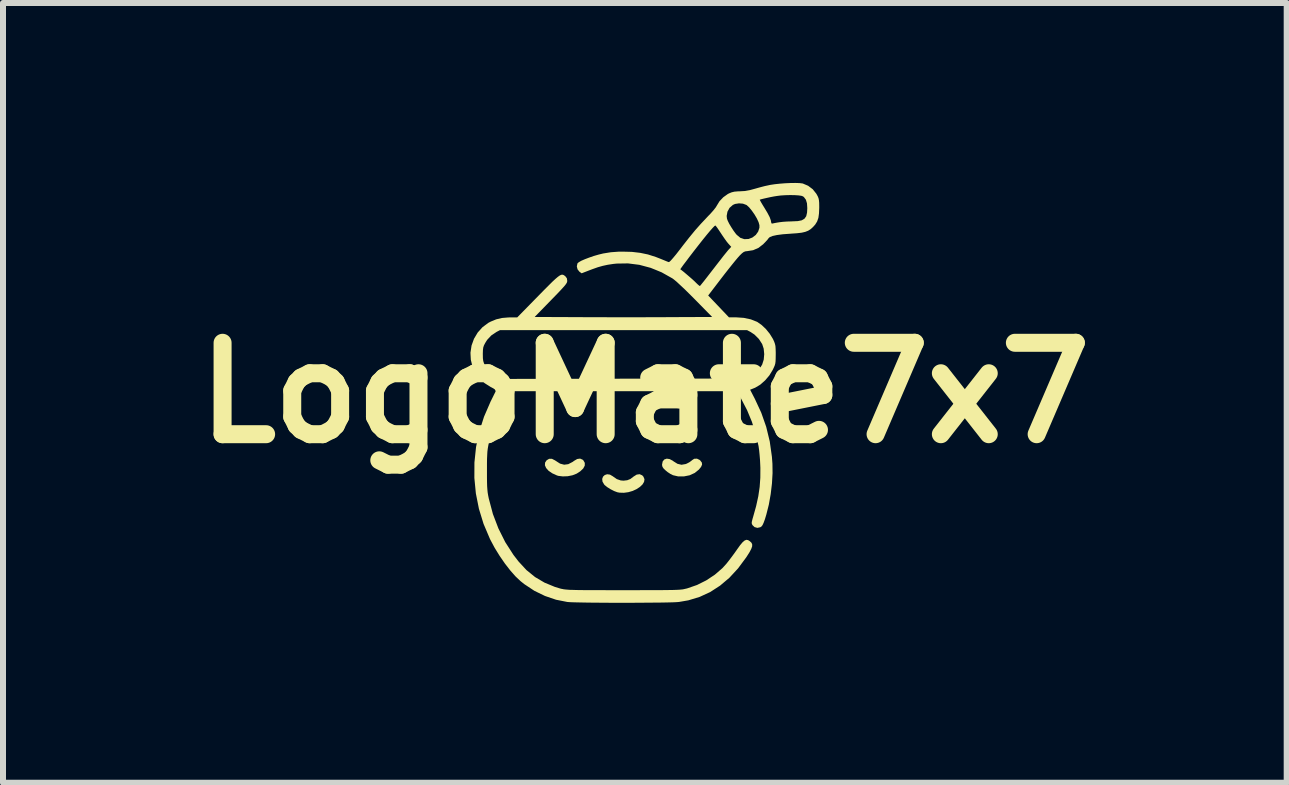
<source format=kicad_pcb>
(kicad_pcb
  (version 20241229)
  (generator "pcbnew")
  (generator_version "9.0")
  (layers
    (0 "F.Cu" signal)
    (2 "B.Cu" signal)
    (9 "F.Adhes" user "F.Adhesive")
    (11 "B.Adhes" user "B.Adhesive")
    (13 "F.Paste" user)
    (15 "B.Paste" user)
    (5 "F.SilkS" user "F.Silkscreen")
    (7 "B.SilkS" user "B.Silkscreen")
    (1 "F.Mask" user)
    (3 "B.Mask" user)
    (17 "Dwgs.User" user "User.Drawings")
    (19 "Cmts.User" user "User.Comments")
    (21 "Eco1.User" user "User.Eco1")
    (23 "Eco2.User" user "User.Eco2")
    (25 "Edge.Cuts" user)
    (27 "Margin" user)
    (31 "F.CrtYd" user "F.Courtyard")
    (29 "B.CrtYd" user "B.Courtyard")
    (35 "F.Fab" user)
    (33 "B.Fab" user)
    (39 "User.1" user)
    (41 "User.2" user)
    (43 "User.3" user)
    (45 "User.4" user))
  (footprint "LogoMate7x7"
    (layer "F.Cu")
    (at 7.7 3.499)
    (property "Reference" "LogoMate7x7" (at 0 0 0) (layer "F.SilkS") (effects (font (size 1.524 1.524) (thickness 0.3))))
    (attr board_only exclude_from_pos_files exclude_from_bom)
    (fp_poly (pts (xy -1.036 1.115) (xy -1.026 1.124) (xy -1.001 1.167) (xy -1.002 1.214) (xy -1.028 1.262) (xy -1.078 1.309) (xy -1.137 1.347) (xy -1.206 1.374) (xy -1.286 1.39) (xy -1.368 1.393) (xy -1.442 1.384) (xy -1.465 1.377) (xy -1.544 1.341) (xy -1.605 1.299) (xy -1.646 1.253) (xy -1.666 1.207) (xy -1.663 1.162) (xy -1.637 1.124) (xy -1.595 1.099) (xy -1.548 1.1) (xy -1.495 1.127) (xy -1.484 1.135) (xy -1.413 1.18) (xy -1.345 1.198) (xy -1.277 1.189) (xy -1.207 1.153) (xy -1.182 1.135) (xy -1.128 1.103) (xy -1.079 1.096)) (stroke (width 0) (type solid)) (fill yes) (layer "F.SilkS"))
    (fp_poly (pts (xy -0.044 1.375) (xy -0.024 1.397) (xy -0.006 1.44) (xy -0.013 1.484) (xy -0.039 1.527) (xy -0.082 1.568) (xy -0.138 1.605) (xy -0.203 1.635) (xy -0.275 1.656) (xy -0.349 1.666) (xy -0.422 1.664) (xy -0.459 1.657) (xy -0.512 1.637) (xy -0.571 1.607) (xy -0.627 1.572) (xy -0.669 1.538) (xy -0.678 1.528) (xy -0.706 1.48) (xy -0.711 1.435) (xy -0.697 1.397) (xy -0.668 1.37) (xy -0.629 1.357) (xy -0.582 1.363) (xy -0.534 1.391) (xy -0.529 1.395) (xy -0.467 1.438) (xy -0.403 1.46) (xy -0.356 1.464) (xy -0.294 1.457) (xy -0.241 1.436) (xy -0.187 1.395) (xy -0.136 1.363) (xy -0.087 1.356)) (stroke (width 0) (type solid)) (fill yes) (layer "F.SilkS"))
    (fp_poly (pts (xy 0.413 1.104) (xy 0.466 1.132) (xy 0.477 1.141) (xy 0.544 1.183) (xy 0.611 1.199) (xy 0.68 1.187) (xy 0.7 1.179) (xy 0.742 1.157) (xy 0.777 1.132) (xy 0.785 1.124) (xy 0.823 1.099) (xy 0.869 1.097) (xy 0.913 1.118) (xy 0.924 1.128) (xy 0.95 1.162) (xy 0.954 1.196) (xy 0.937 1.235) (xy 0.901 1.279) (xy 0.832 1.335) (xy 0.747 1.374) (xy 0.652 1.393) (xy 0.555 1.393) (xy 0.469 1.373) (xy 0.427 1.352) (xy 0.378 1.32) (xy 0.35 1.297) (xy 0.313 1.262) (xy 0.294 1.234) (xy 0.287 1.204) (xy 0.287 1.196) (xy 0.297 1.144) (xy 0.324 1.111) (xy 0.365 1.097)) (stroke (width 0) (type solid)) (fill yes) (layer "F.SilkS"))
    (fp_poly (pts (xy 2.578 -3.497) (xy 2.626 -3.491) (xy 2.635 -3.489) (xy 2.722 -3.452) (xy 2.799 -3.394) (xy 2.858 -3.32) (xy 2.864 -3.31) (xy 2.883 -3.275) (xy 2.895 -3.245) (xy 2.902 -3.213) (xy 2.906 -3.171) (xy 2.907 -3.112) (xy 2.907 -3.084) (xy 2.903 -2.99) (xy 2.893 -2.917) (xy 2.872 -2.857) (xy 2.84 -2.805) (xy 2.803 -2.764) (xy 2.764 -2.729) (xy 2.723 -2.703) (xy 2.675 -2.684) (xy 2.615 -2.67) (xy 2.538 -2.661) (xy 2.439 -2.654) (xy 2.429 -2.653) (xy 2.303 -2.644) (xy 2.203 -2.631) (xy 2.129 -2.615) (xy 2.082 -2.596) (xy 2.061 -2.576) (xy 2.045 -2.554) (xy 2.015 -2.521) (xy 1.978 -2.483) (xy 1.977 -2.481) (xy 1.895 -2.417) (xy 1.805 -2.378) (xy 1.71 -2.363) (xy 1.676 -2.359) (xy 1.648 -2.348) (xy 1.619 -2.326) (xy 1.581 -2.289) (xy 1.577 -2.284) (xy 1.549 -2.253) (xy 1.507 -2.203) (xy 1.456 -2.14) (xy 1.397 -2.066) (xy 1.334 -1.986) (xy 1.28 -1.916) (xy 1.056 -1.623) (xy 1.402 -1.259) (xy 1.518 -1.259) (xy 1.649 -1.25) (xy 1.767 -1.225) (xy 1.868 -1.185) (xy 1.876 -1.181) (xy 1.947 -1.131) (xy 2.018 -1.064) (xy 2.082 -0.985) (xy 2.132 -0.904) (xy 2.138 -0.893) (xy 2.157 -0.851) (xy 2.169 -0.816) (xy 2.177 -0.781) (xy 2.18 -0.737) (xy 2.182 -0.677) (xy 2.182 -0.642) (xy 2.181 -0.573) (xy 2.179 -0.524) (xy 2.174 -0.487) (xy 2.164 -0.453) (xy 2.147 -0.415) (xy 2.13 -0.38) (xy 2.075 -0.29) (xy 2.005 -0.208) (xy 1.926 -0.138) (xy 1.843 -0.088) (xy 1.83 -0.082) (xy 1.755 -0.052) (xy 1.834 0.101) (xy 1.941 0.332) (xy 2.023 0.566) (xy 2.082 0.809) (xy 2.118 1.064) (xy 2.127 1.183) (xy 2.129 1.339) (xy 2.119 1.511) (xy 2.098 1.688) (xy 2.067 1.863) (xy 2.026 2.026) (xy 2.002 2.106) (xy 1.98 2.166) (xy 1.962 2.205) (xy 1.944 2.228) (xy 1.926 2.24) (xy 1.876 2.251) (xy 1.829 2.238) (xy 1.795 2.206) (xy 1.785 2.187) (xy 1.781 2.168) (xy 1.785 2.141) (xy 1.796 2.098) (xy 1.805 2.068) (xy 1.855 1.889) (xy 1.891 1.725) (xy 1.914 1.57) (xy 1.925 1.415) (xy 1.926 1.252) (xy 1.924 1.206) (xy 1.92 1.121) (xy 1.913 1.035) (xy 1.905 0.955) (xy 1.896 0.892) (xy 1.895 0.885) (xy 1.848 0.683) (xy 1.784 0.481) (xy 1.704 0.288) (xy 1.612 0.111) (xy 1.61 0.106) (xy 1.531 -0.027) (xy -2.244 -0.027) (xy -2.289 0.044) (xy -2.373 0.191) (xy -2.45 0.358) (xy -2.518 0.538) (xy -2.574 0.723) (xy -2.601 0.834) (xy -2.611 0.885) (xy -2.619 0.931) (xy -2.625 0.98) (xy -2.628 1.035) (xy -2.631 1.102) (xy -2.632 1.186) (xy -2.632 1.292) (xy -2.632 1.299) (xy -2.632 1.407) (xy -2.631 1.492) (xy -2.629 1.56) (xy -2.625 1.616) (xy -2.62 1.664) (xy -2.612 1.711) (xy -2.602 1.761) (xy -2.601 1.764) (xy -2.533 2.02) (xy -2.441 2.261) (xy -2.327 2.489) (xy -2.19 2.702) (xy -2.105 2.812) (xy -1.974 2.954) (xy -1.83 3.071) (xy -1.672 3.164) (xy -1.5 3.235) (xy -1.418 3.26) (xy -1.396 3.266) (xy -1.374 3.27) (xy -1.351 3.275) (xy -1.324 3.278) (xy -1.291 3.281) (xy -1.251 3.284) (xy -1.2 3.285) (xy -1.138 3.287) (xy -1.061 3.288) (xy -0.967 3.289) (xy -0.855 3.289) (xy -0.723 3.289) (xy -0.568 3.29) (xy -0.387 3.29) (xy -0.356 3.29) (xy -0.171 3.29) (xy -0.012 3.289) (xy 0.123 3.289) (xy 0.238 3.289) (xy 0.334 3.288) (xy 0.414 3.287) (xy 0.478 3.286) (xy 0.531 3.284) (xy 0.572 3.282) (xy 0.606 3.279) (xy 0.634 3.276) (xy 0.657 3.271) (xy 0.679 3.266) (xy 0.701 3.261) (xy 0.711 3.258) (xy 0.87 3.203) (xy 1.024 3.126) (xy 1.166 3.032) (xy 1.292 2.923) (xy 1.357 2.852) (xy 1.4 2.798) (xy 1.45 2.732) (xy 1.502 2.661) (xy 1.537 2.611) (xy 1.588 2.54) (xy 1.629 2.491) (xy 1.663 2.462) (xy 1.693 2.45) (xy 1.721 2.455) (xy 1.747 2.471) (xy 1.775 2.496) (xy 1.789 2.524) (xy 1.789 2.558) (xy 1.774 2.601) (xy 1.744 2.658) (xy 1.697 2.732) (xy 1.689 2.744) (xy 1.554 2.926) (xy 1.409 3.083) (xy 1.254 3.214) (xy 1.089 3.321) (xy 0.913 3.402) (xy 0.725 3.459) (xy 0.568 3.486) (xy 0.529 3.489) (xy 0.467 3.492) (xy 0.384 3.494) (xy 0.282 3.496) (xy 0.166 3.497) (xy 0.037 3.498) (xy -0.1 3.499) (xy -0.242 3.5) (xy -0.388 3.5) (xy -0.532 3.5) (xy -0.673 3.499) (xy -0.808 3.498) (xy -0.932 3.497) (xy -1.044 3.495) (xy -1.139 3.493) (xy -1.216 3.491) (xy -1.27 3.488) (xy -1.293 3.486) (xy -1.48 3.449) (xy -1.665 3.386) (xy -1.842 3.3) (xy -2.008 3.19) (xy -2.071 3.14) (xy -2.155 3.061) (xy -2.244 2.96) (xy -2.334 2.844) (xy -2.422 2.716) (xy -2.504 2.583) (xy -2.576 2.448) (xy -2.585 2.429) (xy -2.689 2.184) (xy -2.766 1.933) (xy -2.817 1.677) (xy -2.842 1.419) (xy -2.841 1.161) (xy -2.814 0.903) (xy -2.761 0.648) (xy -2.681 0.398) (xy -2.575 0.153) (xy -2.574 0.15) (xy -2.542 0.086) (xy -2.514 0.029) (xy -2.493 -0.013) (xy -2.481 -0.038) (xy -2.479 -0.042) (xy -2.488 -0.052) (xy -2.517 -0.069) (xy -2.558 -0.092) (xy -2.568 -0.096) (xy -2.673 -0.163) (xy -2.762 -0.249) (xy -2.832 -0.353) (xy -2.881 -0.469) (xy -2.901 -0.551) (xy -2.906 -0.643) (xy -2.701 -0.643) (xy -2.7 -0.578) (xy -2.694 -0.531) (xy -2.682 -0.493) (xy -2.67 -0.469) (xy -2.613 -0.382) (xy -2.541 -0.315) (xy -2.472 -0.274) (xy -2.389 -0.232) (xy -0.343 -0.236) (xy 1.703 -0.239) (xy 1.762 -0.271) (xy 1.844 -0.329) (xy 1.914 -0.405) (xy 1.956 -0.472) (xy 1.982 -0.554) (xy 1.99 -0.645) (xy 1.981 -0.737) (xy 1.956 -0.813) (xy 1.901 -0.898) (xy 1.828 -0.971) (xy 1.762 -1.015) (xy 1.703 -1.046) (xy -2.414 -1.046) (xy -2.472 -1.016) (xy -2.561 -0.956) (xy -2.63 -0.882) (xy -2.661 -0.832) (xy -2.682 -0.792) (xy -2.694 -0.756) (xy -2.699 -0.716) (xy -2.701 -0.66) (xy -2.701 -0.643) (xy -2.906 -0.643) (xy -2.907 -0.67) (xy -2.889 -0.789) (xy -2.848 -0.902) (xy -2.786 -1.006) (xy -2.706 -1.095) (xy -2.609 -1.167) (xy -2.571 -1.187) (xy -2.479 -1.225) (xy -2.383 -1.248) (xy -2.275 -1.257) (xy -2.231 -1.258) (xy -2.127 -1.258) (xy -1.778 -1.614) (xy -1.683 -1.711) (xy -1.604 -1.79) (xy -1.541 -1.853) (xy -1.49 -1.9) (xy -1.45 -1.934) (xy -1.419 -1.956) (xy -1.394 -1.968) (xy -1.374 -1.97) (xy -1.356 -1.965) (xy -1.339 -1.954) (xy -1.326 -1.944) (xy -1.3 -1.91) (xy -1.294 -1.87) (xy -1.295 -1.855) (xy -1.3 -1.838) (xy -1.312 -1.818) (xy -1.331 -1.792) (xy -1.361 -1.758) (xy -1.403 -1.712) (xy -1.459 -1.653) (xy -1.531 -1.579) (xy -1.565 -1.544) (xy -1.837 -1.265) (xy -1.096 -1.262) (xy -0.922 -1.261) (xy -0.727 -1.261) (xy -0.52 -1.26) (xy -0.307 -1.26) (xy -0.096 -1.26) (xy 0.106 -1.261) (xy 0.292 -1.261) (xy 0.383 -1.262) (xy 1.122 -1.265) (xy 0.831 -1.561) (xy 0.744 -1.648) (xy 0.664 -1.727) (xy 0.591 -1.795) (xy 0.531 -1.851) (xy 0.484 -1.89) (xy 0.458 -1.909) (xy 0.28 -2.009) (xy 0.156 -2.06) (xy 0.591 -2.06) (xy 0.613 -2.044) (xy 0.651 -2.014) (xy 0.697 -1.975) (xy 0.746 -1.933) (xy 0.792 -1.893) (xy 0.83 -1.858) (xy 0.848 -1.84) (xy 0.88 -1.809) (xy 0.906 -1.787) (xy 0.918 -1.781) (xy 0.929 -1.793) (xy 0.953 -1.823) (xy 0.99 -1.869) (xy 1.036 -1.928) (xy 1.09 -1.998) (xy 1.142 -2.065) (xy 1.203 -2.144) (xy 1.26 -2.217) (xy 1.311 -2.283) (xy 1.354 -2.336) (xy 1.384 -2.373) (xy 1.399 -2.39) (xy 1.44 -2.434) (xy 1.394 -2.485) (xy 1.366 -2.519) (xy 1.33 -2.569) (xy 1.291 -2.626) (xy 1.266 -2.664) (xy 1.232 -2.715) (xy 1.204 -2.756) (xy 1.183 -2.783) (xy 1.175 -2.79) (xy 1.16 -2.78) (xy 1.129 -2.748) (xy 1.085 -2.698) (xy 1.029 -2.631) (xy 0.962 -2.548) (xy 0.885 -2.45) (xy 0.8 -2.341) (xy 0.795 -2.334) (xy 0.738 -2.26) (xy 0.688 -2.193) (xy 0.645 -2.137) (xy 0.614 -2.094) (xy 0.595 -2.067) (xy 0.591 -2.06) (xy 0.156 -2.06) (xy 0.096 -2.084) (xy -0.091 -2.134) (xy -0.281 -2.158) (xy -0.47 -2.155) (xy -0.527 -2.149) (xy -0.619 -2.135) (xy -0.702 -2.117) (xy -0.784 -2.094) (xy -0.877 -2.061) (xy -0.927 -2.042) (xy -1.054 -1.993) (xy -1.091 -2.02) (xy -1.122 -2.059) (xy -1.134 -2.108) (xy -1.124 -2.156) (xy -1.123 -2.159) (xy -1.101 -2.178) (xy -1.059 -2.202) (xy -0.999 -2.228) (xy -0.928 -2.255) (xy -0.85 -2.282) (xy -0.77 -2.305) (xy -0.692 -2.324) (xy -0.684 -2.325) (xy -0.567 -2.344) (xy -0.443 -2.353) (xy -0.37 -2.354) (xy -0.215 -2.35) (xy -0.078 -2.334) (xy 0.052 -2.307) (xy 0.183 -2.265) (xy 0.26 -2.235) (xy 0.314 -2.213) (xy 0.36 -2.194) (xy 0.39 -2.182) (xy 0.397 -2.18) (xy 0.411 -2.185) (xy 0.435 -2.208) (xy 0.471 -2.249) (xy 0.521 -2.309) (xy 0.584 -2.39) (xy 0.636 -2.458) (xy 0.739 -2.589) (xy 0.839 -2.711) (xy 0.933 -2.817) (xy 1.015 -2.904) (xy 1.057 -2.949) (xy 1.364 -2.949) (xy 1.369 -2.903) (xy 1.382 -2.868) (xy 1.407 -2.818) (xy 1.441 -2.761) (xy 1.478 -2.704) (xy 1.514 -2.655) (xy 1.531 -2.635) (xy 1.591 -2.585) (xy 1.658 -2.562) (xy 1.729 -2.565) (xy 1.792 -2.589) (xy 1.849 -2.632) (xy 1.889 -2.688) (xy 1.91 -2.752) (xy 1.91 -2.795) (xy 1.896 -2.845) (xy 1.867 -2.908) (xy 1.828 -2.974) (xy 1.783 -3.038) (xy 1.738 -3.093) (xy 1.697 -3.13) (xy 1.691 -3.133) (xy 1.635 -3.154) (xy 1.569 -3.159) (xy 1.504 -3.149) (xy 1.468 -3.133) (xy 1.412 -3.084) (xy 1.377 -3.02) (xy 1.364 -2.949) (xy 1.057 -2.949) (xy 1.086 -2.978) (xy 1.143 -3.042) (xy 1.183 -3.093) (xy 1.202 -3.125) (xy 1.245 -3.195) (xy 1.269 -3.22) (xy 1.916 -3.22) (xy 1.921 -3.207) (xy 1.938 -3.176) (xy 1.964 -3.132) (xy 1.99 -3.09) (xy 2.044 -3) (xy 2.081 -2.929) (xy 2.101 -2.873) (xy 2.106 -2.841) (xy 2.114 -2.822) (xy 2.13 -2.823) (xy 2.156 -2.829) (xy 2.199 -2.837) (xy 2.243 -2.844) (xy 2.3 -2.851) (xy 2.37 -2.856) (xy 2.442 -2.858) (xy 2.459 -2.859) (xy 2.549 -2.863) (xy 2.615 -2.876) (xy 2.661 -2.903) (xy 2.69 -2.944) (xy 2.704 -3.004) (xy 2.708 -3.078) (xy 2.703 -3.159) (xy 2.685 -3.219) (xy 2.653 -3.262) (xy 2.637 -3.275) (xy 2.609 -3.285) (xy 2.559 -3.292) (xy 2.494 -3.296) (xy 2.419 -3.297) (xy 2.341 -3.295) (xy 2.265 -3.29) (xy 2.202 -3.282) (xy 2.152 -3.274) (xy 2.094 -3.263) (xy 2.035 -3.25) (xy 1.982 -3.238) (xy 1.941 -3.228) (xy 1.918 -3.221) (xy 1.916 -3.22) (xy 1.269 -3.22) (xy 1.308 -3.261) (xy 1.382 -3.314) (xy 1.403 -3.325) (xy 1.447 -3.343) (xy 1.493 -3.354) (xy 1.552 -3.359) (xy 1.587 -3.36) (xy 1.67 -3.365) (xy 1.752 -3.38) (xy 1.84 -3.404) (xy 1.915 -3.425) (xy 1.995 -3.446) (xy 2.069 -3.462) (xy 2.093 -3.467) (xy 2.166 -3.478) (xy 2.251 -3.487) (xy 2.34 -3.494) (xy 2.429 -3.498) (xy 2.51 -3.499)) (stroke (width 0) (type solid)) (fill yes) (layer "F.SilkS")))
  (gr_rect
    (start -3 -3)
    (end 18.4 9.999)
    (stroke (width 0.1) (type default))
    (fill no)
    (layer "Edge.Cuts")))
</source>
